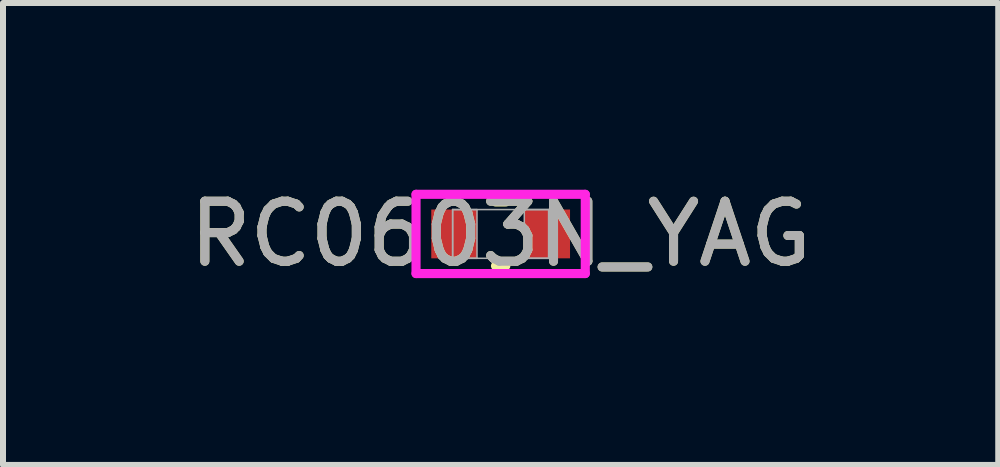
<source format=kicad_pcb>
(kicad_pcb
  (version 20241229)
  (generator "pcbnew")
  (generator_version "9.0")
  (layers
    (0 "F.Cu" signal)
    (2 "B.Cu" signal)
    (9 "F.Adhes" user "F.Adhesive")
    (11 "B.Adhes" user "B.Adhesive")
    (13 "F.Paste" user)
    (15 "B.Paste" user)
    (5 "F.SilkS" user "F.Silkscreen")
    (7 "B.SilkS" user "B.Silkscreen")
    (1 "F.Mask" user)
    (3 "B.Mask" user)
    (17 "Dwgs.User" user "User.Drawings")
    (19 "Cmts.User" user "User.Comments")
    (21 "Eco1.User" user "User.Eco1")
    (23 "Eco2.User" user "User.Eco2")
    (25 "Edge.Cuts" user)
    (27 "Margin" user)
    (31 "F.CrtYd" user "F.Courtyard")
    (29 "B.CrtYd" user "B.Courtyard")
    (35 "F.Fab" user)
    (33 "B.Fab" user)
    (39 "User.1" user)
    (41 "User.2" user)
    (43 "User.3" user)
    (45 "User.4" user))
  (footprint "RC0603N_YAG"
    (layer "F.Cu")
    (at 5.292 0.848)
    (property "Reference" "RC0603N_YAG" (at 0 0 0) (unlocked yes) (layer "F.SilkS") (effects (font (size 1 1) (thickness 0.15))))
    (attr smd)
    (fp_line (start -0.086 0.533) (end 0.086 0.533) (stroke (width 0.152) (type solid)) (layer "F.SilkS"))
    (fp_line (start 0.086 -0.533) (end -0.086 -0.533) (stroke (width 0.152) (type solid)) (layer "F.SilkS"))
    (fp_line (start -1.41 -0.66) (end 1.41 -0.66) (stroke (width 0.152) (type solid)) (layer "F.CrtYd"))
    (fp_line (start -1.41 0.66) (end -1.41 -0.66) (stroke (width 0.152) (type solid)) (layer "F.CrtYd"))
    (fp_line (start 1.41 -0.66) (end 1.41 0.66) (stroke (width 0.152) (type solid)) (layer "F.CrtYd"))
    (fp_line (start 1.41 0.66) (end -1.41 0.66) (stroke (width 0.152) (type solid)) (layer "F.CrtYd"))
    (fp_line (start -0.8 -0.406) (end -0.8 0.406) (stroke (width 0.025) (type solid)) (layer "F.Fab"))
    (fp_line (start -0.8 -0.406) (end -0.8 0.406) (stroke (width 0.025) (type solid)) (layer "F.Fab"))
    (fp_line (start -0.8 0.406) (end -0.394 0.406) (stroke (width 0.025) (type solid)) (layer "F.Fab"))
    (fp_line (start -0.8 0.406) (end 0.8 0.406) (stroke (width 0.025) (type solid)) (layer "F.Fab"))
    (fp_line (start -0.394 -0.406) (end -0.8 -0.406) (stroke (width 0.025) (type solid)) (layer "F.Fab"))
    (fp_line (start -0.394 0.406) (end -0.394 -0.406) (stroke (width 0.025) (type solid)) (layer "F.Fab"))
    (fp_line (start 0.394 -0.406) (end 0.394 0.406) (stroke (width 0.025) (type solid)) (layer "F.Fab"))
    (fp_line (start 0.394 0.406) (end 0.8 0.406) (stroke (width 0.025) (type solid)) (layer "F.Fab"))
    (fp_line (start 0.8 -0.406) (end -0.8 -0.406) (stroke (width 0.025) (type solid)) (layer "F.Fab"))
    (fp_line (start 0.8 -0.406) (end 0.394 -0.406) (stroke (width 0.025) (type solid)) (layer "F.Fab"))
    (fp_line (start 0.8 0.406) (end 0.8 -0.406) (stroke (width 0.025) (type solid)) (layer "F.Fab"))
    (fp_line (start 0.8 0.406) (end 0.8 -0.406) (stroke (width 0.025) (type solid)) (layer "F.Fab"))
    (fp_text user "${REFERENCE}" (at 0 0 0) (unlocked yes) (layer "F.Fab") (effects (font (size 1 1) (thickness 0.15))))
    (pad "1" smd rect (at -0.775 0) (size 0.762 0.813) (layers "F.Cu" "F.Mask" "F.Paste"))
    (pad "2" smd rect (at 0.775 0) (size 0.762 0.813) (layers "F.Cu" "F.Mask" "F.Paste"))
    (zone (net_name "") (layer "F.Cu") (hatch full 0.508) (connect_pads) (min_thickness 0.254) (filled_areas_thickness no) (keepout (tracks not_allowed) (vias not_allowed) (pads allowed) (copperpour not_allowed) (footprints allowed)) (placement (enabled no)) (fill) (polygon (pts (xy 4.949 0.493) (xy 5.635 0.493) (xy 5.635 1.204) (xy 4.949 1.204)))))
  (gr_rect
    (start -3 -3)
    (end 13.583 4.697)
    (stroke (width 0.1) (type default))
    (fill no)
    (layer "Edge.Cuts")))
</source>
